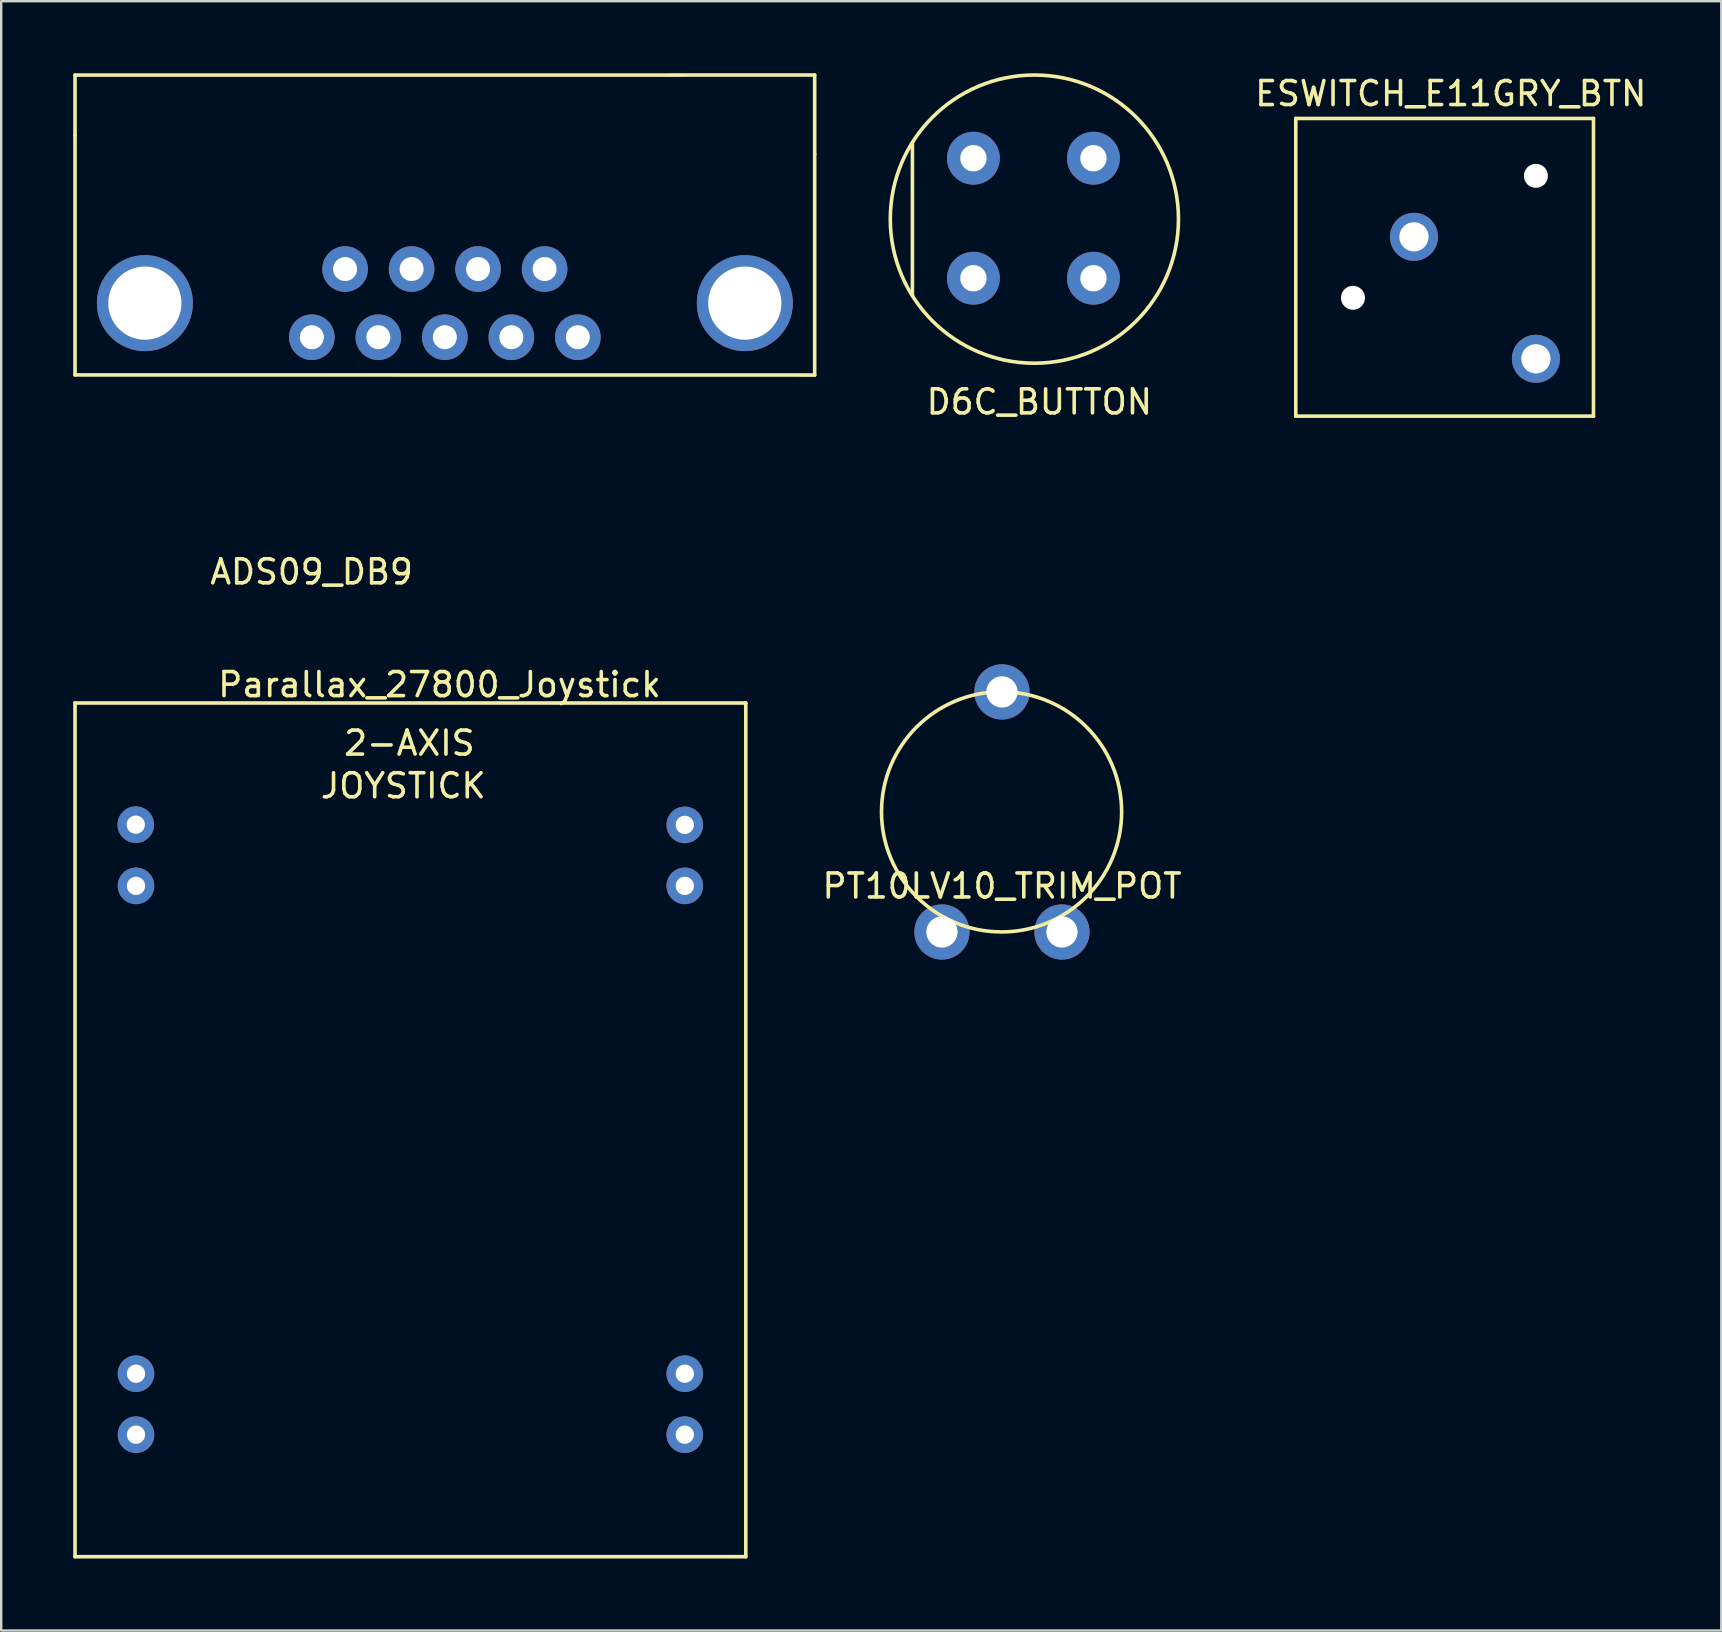
<source format=kicad_pcb>
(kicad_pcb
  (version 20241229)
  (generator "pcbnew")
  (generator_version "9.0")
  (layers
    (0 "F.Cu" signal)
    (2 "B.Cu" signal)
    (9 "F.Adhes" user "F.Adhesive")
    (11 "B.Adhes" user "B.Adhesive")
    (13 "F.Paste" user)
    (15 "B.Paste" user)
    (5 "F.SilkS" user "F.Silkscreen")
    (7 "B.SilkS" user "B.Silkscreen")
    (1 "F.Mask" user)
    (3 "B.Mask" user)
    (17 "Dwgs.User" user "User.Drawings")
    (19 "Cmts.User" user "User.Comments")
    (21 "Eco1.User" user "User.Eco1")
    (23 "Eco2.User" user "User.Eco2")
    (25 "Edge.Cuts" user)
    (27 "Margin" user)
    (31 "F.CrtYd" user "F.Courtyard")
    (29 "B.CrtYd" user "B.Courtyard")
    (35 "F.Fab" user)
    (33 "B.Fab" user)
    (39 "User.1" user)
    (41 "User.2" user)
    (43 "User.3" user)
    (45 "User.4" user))
  (footprint "ESWITCH_E11GRY_BTN"
    (layer "F.Cu")
    (at 60.928 11.895)
    (property "Reference" "ESWITCH_E11GRY_BTN" (at -3.546 -11.046 0) (layer "F.SilkS") (effects (font (size 1 1) (thickness 0.15))))
    (attr through_hole)
    (fp_line (start -10.003 -10.01) (end -10.003 2.39) (stroke (width 0.15) (type solid)) (layer "F.SilkS"))
    (fp_line (start -10.003 2.39) (end 2.398 2.39) (stroke (width 0.15) (type solid)) (layer "F.SilkS"))
    (fp_line (start 2.398 -10.01) (end -10.003 -10.01) (stroke (width 0.15) (type solid)) (layer "F.SilkS"))
    (fp_line (start 2.398 2.39) (end 2.398 -10.01) (stroke (width 0.15) (type solid)) (layer "F.SilkS"))
    (pad "" np_thru_hole circle (at -7.62 -2.54) (size 1 1) (drill 1) (layers "*.Cu" "*.Mask"))
    (pad "" np_thru_hole circle (at 0 -7.62) (size 1 1) (drill 1) (layers "*.Cu" "*.Mask"))
    (pad "1" thru_hole circle (at 0 0) (size 2 2) (drill 1.22) (layers "*.Cu" "*.Mask"))
    (pad "3" thru_hole circle (at -5.08 -5.08) (size 2 2) (drill 1.22) (layers "*.Cu" "*.Mask")))
  (footprint "ADS09_DB9"
    (layer "F.Cu")
    (at 9.94 10.997)
    (property "Reference" "ADS09_DB9" (at -0.01 9.776 0) (layer "F.SilkS") (effects (font (size 1 1) (thickness 0.15))))
    (attr through_hole)
    (fp_line (start -9.865 -10.919) (end 20.945 -10.922) (stroke (width 0.15) (type solid)) (layer "F.SilkS"))
    (fp_line (start -9.865 -8.42) (end -9.865 -10.919) (stroke (width 0.15) (type solid)) (layer "F.SilkS"))
    (fp_line (start -9.865 -8.42) (end -9.865 1.57) (stroke (width 0.15) (type solid)) (layer "F.SilkS"))
    (fp_line (start 20.945 -7.62) (end 20.945 -10.922) (stroke (width 0.15) (type solid)) (layer "F.SilkS"))
    (fp_line (start 20.945 -7.62) (end 20.945 1.575) (stroke (width 0.15) (type solid)) (layer "F.SilkS"))
    (fp_line (start 20.945 1.575) (end -9.865 1.57) (stroke (width 0.15) (type solid)) (layer "F.SilkS"))
    (pad "" thru_hole circle (at -6.955 -1.42) (size 4 4) (drill 3.05) (layers "*.Cu" "*.Mask"))
    (pad "" thru_hole circle (at 18.035 -1.42) (size 4 4) (drill 3.05) (layers "*.Cu" "*.Mask"))
    (pad "1" thru_hole circle (at 11.08 0) (size 1.9 1.9) (drill 1) (layers "*.Cu" "*.Mask"))
    (pad "2" thru_hole circle (at 8.31 0) (size 1.9 1.9) (drill 1) (layers "*.Cu" "*.Mask"))
    (pad "3" thru_hole circle (at 5.54 0) (size 1.9 1.9) (drill 1) (layers "*.Cu" "*.Mask"))
    (pad "4" thru_hole circle (at 2.77 0) (size 1.9 1.9) (drill 1) (layers "*.Cu" "*.Mask"))
    (pad "5" thru_hole circle (at 0 0) (size 1.9 1.9) (drill 1) (layers "*.Cu" "*.Mask"))
    (pad "6" thru_hole circle (at 9.695 -2.84) (size 1.9 1.9) (drill 1) (layers "*.Cu" "*.Mask"))
    (pad "7" thru_hole circle (at 6.925 -2.84) (size 1.9 1.9) (drill 1) (layers "*.Cu" "*.Mask"))
    (pad "8" thru_hole circle (at 4.155 -2.84) (size 1.9 1.9) (drill 1) (layers "*.Cu" "*.Mask"))
    (pad "9" thru_hole circle (at 1.385 -2.84) (size 1.9 1.9) (drill 1) (layers "*.Cu" "*.Mask")))
  (footprint "PT10LV10_TRIM_POT"
    (layer "F.Cu")
    (at 38.678 25.777)
    (property "Reference" "PT10LV10_TRIM_POT" (at 0.013 8.08 0) (layer "F.SilkS") (effects (font (size 1 1) (thickness 0.15))))
    (attr through_hole)
    (fp_circle (center -0.008 4.991) (end 0.015 9.992) (stroke (width 0.15) (type solid)) (fill no) (layer "F.SilkS"))
    (pad "1" thru_hole circle (at 0.008 -0.005) (size 2.3 2.3) (drill 1.3) (layers "*.Cu" "*.Mask"))
    (pad "2" thru_hole circle (at 2.508 9.995) (size 2.3 2.3) (drill 1.3) (layers "*.Cu" "*.Mask"))
    (pad "3" thru_hole circle (at -2.492 9.995) (size 2.3 2.3) (drill 1.3) (layers "*.Cu" "*.Mask")))
  (footprint "Parallax_27800_Joystick"
    (layer "F.Cu")
    (at 2.615 31.314)
    (property "Reference" "Parallax_27800_Joystick" (at 12.642 -5.845 0) (layer "F.SilkS") (effects (font (size 1 1) (thickness 0.15))))
    (attr through_hole)
    (fp_line (start -2.54 -5.08) (end 25.4 -5.08) (stroke (width 0.15) (type solid)) (layer "F.SilkS"))
    (fp_line (start -2.54 30.48) (end -2.54 -5.08) (stroke (width 0.15) (type solid)) (layer "F.SilkS"))
    (fp_line (start 25.4 -5.08) (end 25.4 30.48) (stroke (width 0.15) (type solid)) (layer "F.SilkS"))
    (fp_line (start 25.4 30.48) (end -2.54 30.48) (stroke (width 0.15) (type solid)) (layer "F.SilkS"))
    (fp_text user "JOYSTICK" (at 11.133 -1.631 0) (layer "F.SilkS") (effects (font (size 1 1) (thickness 0.15))))
    (fp_text user "2-AXIS" (at 11.387 -3.409 0) (layer "F.SilkS") (effects (font (size 1 1) (thickness 0.15))))
    (pad "1" thru_hole circle (at -0.01 -0.013) (size 1.524 1.524) (drill 0.762) (layers "*.Cu" "*.Mask"))
    (pad "1" thru_hole circle (at 0 22.857) (size 1.524 1.524) (drill 0.762) (layers "*.Cu" "*.Mask"))
    (pad "1" thru_hole circle (at 0 25.397) (size 1.524 1.524) (drill 0.762) (layers "*.Cu" "*.Mask"))
    (pad "1" thru_hole circle (at 22.86 -0.003) (size 1.524 1.524) (drill 0.762) (layers "*.Cu" "*.Mask"))
    (pad "1" thru_hole circle (at 22.86 22.857) (size 1.524 1.524) (drill 0.762) (layers "*.Cu" "*.Mask"))
    (pad "1" thru_hole circle (at 22.86 25.397) (size 1.524 1.524) (drill 0.762) (layers "*.Cu" "*.Mask"))
    (pad "2" thru_hole circle (at 0 2.537) (size 1.524 1.524) (drill 0.762) (layers "*.Cu" "*.Mask"))
    (pad "2" thru_hole circle (at 22.86 2.537) (size 1.524 1.524) (drill 0.762) (layers "*.Cu" "*.Mask")))
  (footprint "D6C_BUTTON"
    (layer "F.Cu")
    (at 37.497 3.537)
    (property "Reference" "D6C_BUTTON" (at 2.746 10.155 0) (layer "F.SilkS") (effects (font (size 1 1) (thickness 0.15))))
    (attr through_hole)
    (fp_line (start -2.54 -0.648) (end -2.54 5.715) (stroke (width 0.15) (type solid)) (layer "F.SilkS"))
    (fp_circle (center 2.54 2.54) (end 2.54 8.542) (stroke (width 0.15) (type solid)) (fill no) (layer "F.SilkS"))
    (pad "1" thru_hole circle (at 0 0.003) (size 2.2 2.2) (drill 1.1) (layers "*.Cu" "*.Mask"))
    (pad "2" thru_hole circle (at 0 5.003) (size 2.2 2.2) (drill 1.1) (layers "*.Cu" "*.Mask"))
    (pad "3" thru_hole circle (at 5 5.003) (size 2.2 2.2) (drill 1.1) (layers "*.Cu" "*.Mask"))
    (pad "4" thru_hole circle (at 5 0.003) (size 2.2 2.2) (drill 1.1) (layers "*.Cu" "*.Mask")))
  (gr_rect
    (start -3 -3)
    (end 68.65 64.87)
    (stroke (width 0.1) (type default))
    (fill no)
    (layer "Edge.Cuts")))
</source>
